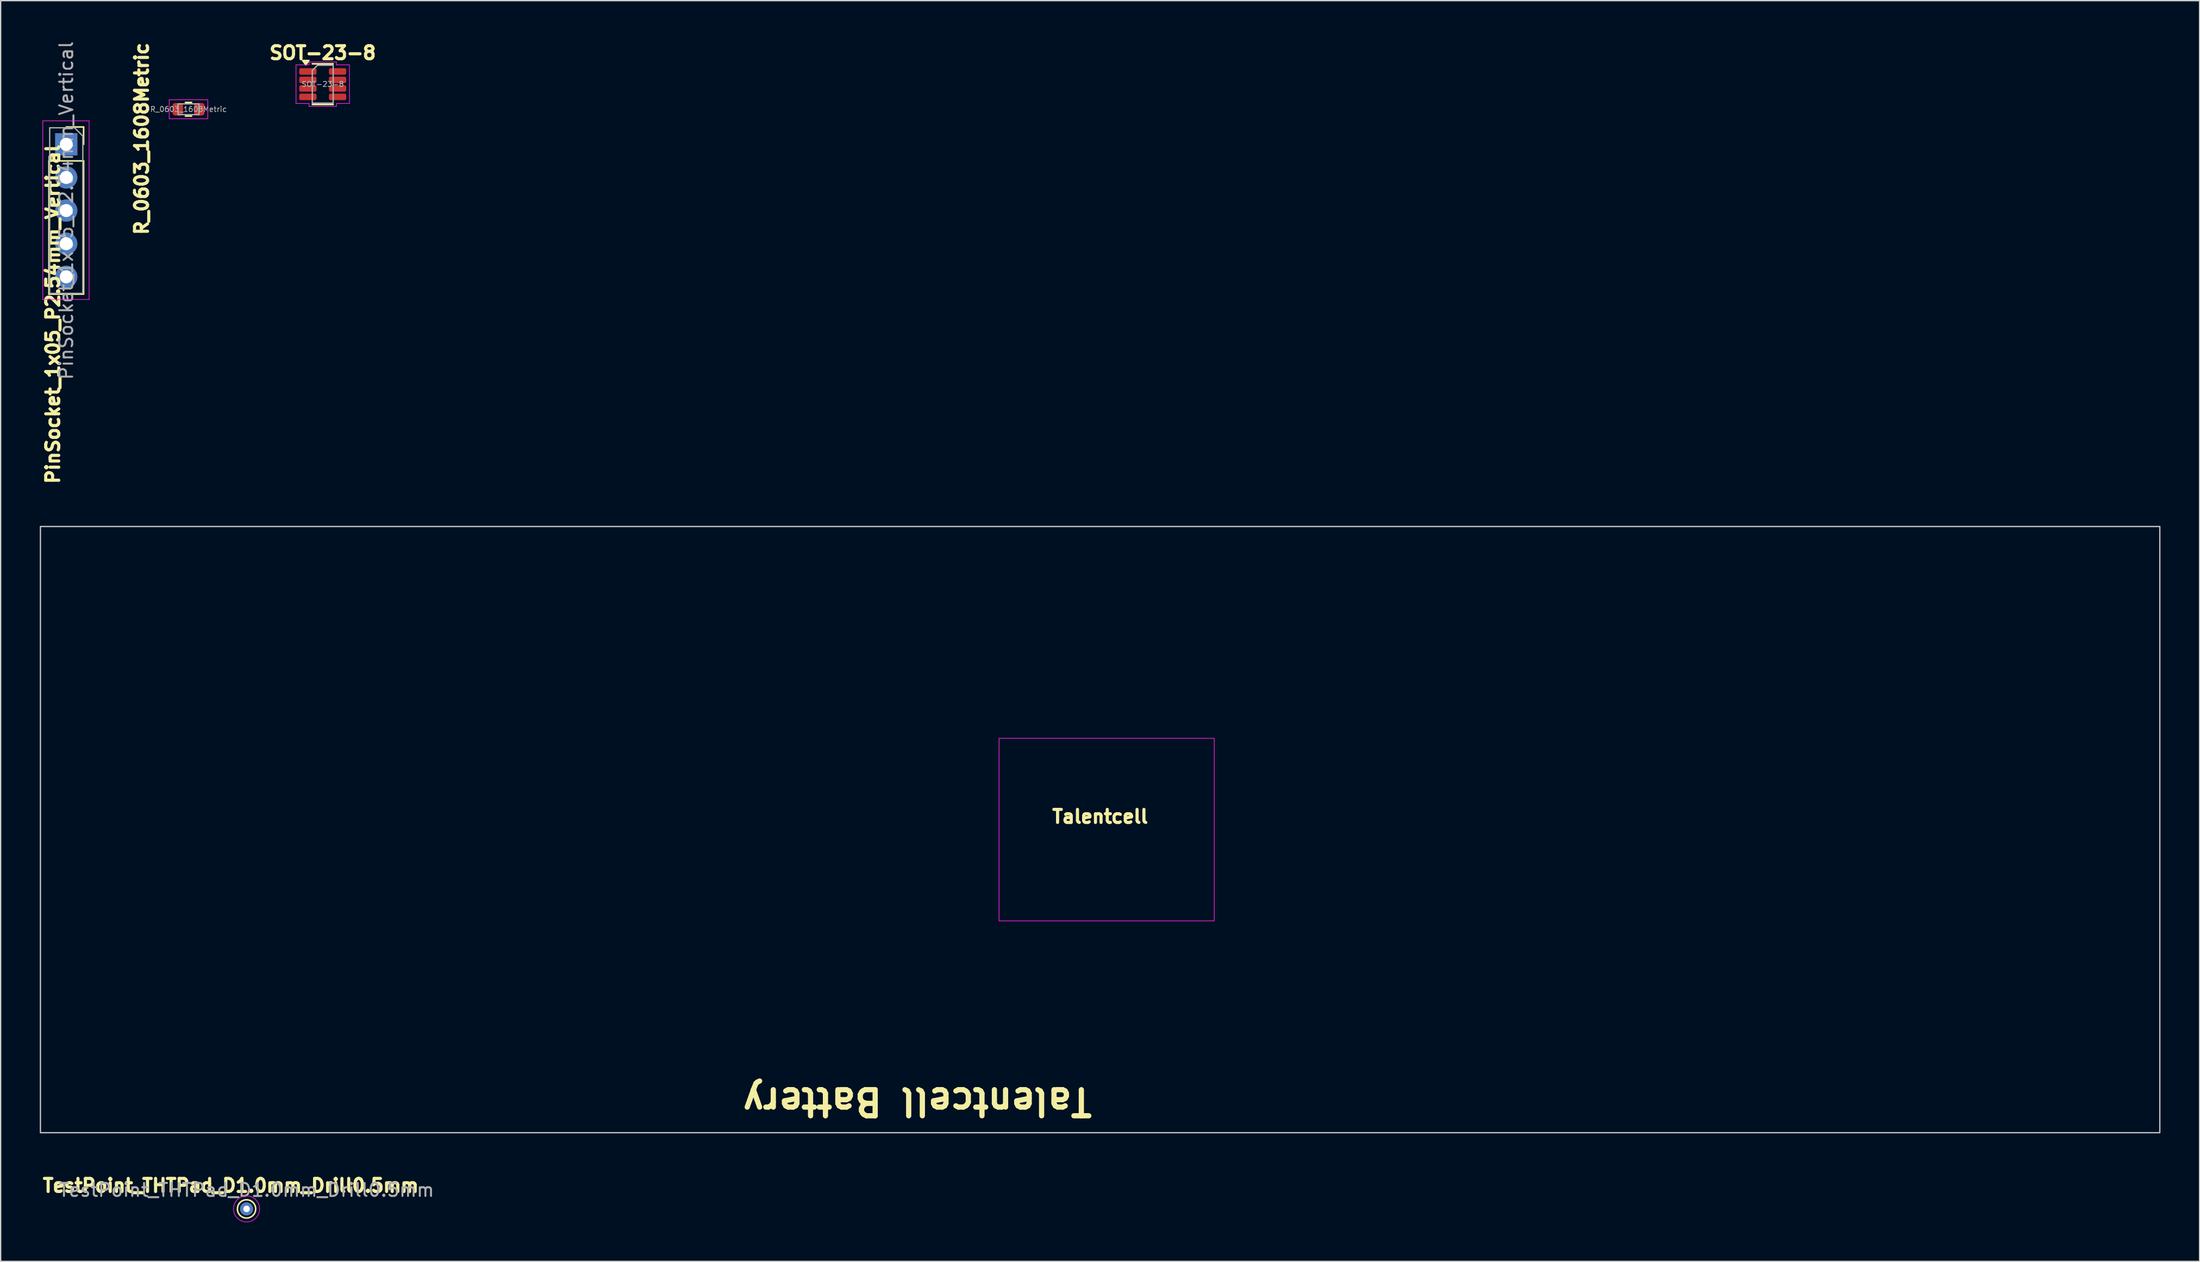
<source format=kicad_pcb>
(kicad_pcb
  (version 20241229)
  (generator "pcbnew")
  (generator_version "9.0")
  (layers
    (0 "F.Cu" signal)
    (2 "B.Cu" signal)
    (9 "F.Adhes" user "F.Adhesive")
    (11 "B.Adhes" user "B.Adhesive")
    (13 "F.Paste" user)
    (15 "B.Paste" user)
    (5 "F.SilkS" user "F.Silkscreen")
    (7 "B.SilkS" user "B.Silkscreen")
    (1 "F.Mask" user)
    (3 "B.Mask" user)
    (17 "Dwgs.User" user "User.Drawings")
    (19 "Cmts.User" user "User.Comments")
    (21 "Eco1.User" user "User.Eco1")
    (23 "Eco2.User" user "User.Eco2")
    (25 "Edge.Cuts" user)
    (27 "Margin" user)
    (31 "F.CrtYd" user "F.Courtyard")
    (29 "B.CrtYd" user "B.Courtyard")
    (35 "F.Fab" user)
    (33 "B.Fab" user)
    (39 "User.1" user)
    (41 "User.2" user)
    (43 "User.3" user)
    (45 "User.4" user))
  (footprint "R_0603_1608Metric"
    (layer "F.Cu")
    (at 11.404 5.33)
    (property "Reference" "R_0603_1608Metric" (at -3.592 2.263 270) (layer "F.SilkS") (effects (font (size 1 1) (thickness 0.24))))
    (attr smd)
    (fp_line (start -0.237 -0.522) (end 0.237 -0.522) (stroke (width 0.12) (type solid)) (layer "F.SilkS"))
    (fp_line (start -0.237 0.522) (end 0.237 0.522) (stroke (width 0.12) (type solid)) (layer "F.SilkS"))
    (fp_line (start -1.48 -0.73) (end 1.48 -0.73) (stroke (width 0.05) (type solid)) (layer "F.CrtYd"))
    (fp_line (start -1.48 0.73) (end -1.48 -0.73) (stroke (width 0.05) (type solid)) (layer "F.CrtYd"))
    (fp_line (start 1.48 -0.73) (end 1.48 0.73) (stroke (width 0.05) (type solid)) (layer "F.CrtYd"))
    (fp_line (start 1.48 0.73) (end -1.48 0.73) (stroke (width 0.05) (type solid)) (layer "F.CrtYd"))
    (fp_line (start -0.8 -0.412) (end 0.8 -0.412) (stroke (width 0.1) (type solid)) (layer "F.Fab"))
    (fp_line (start -0.8 0.412) (end -0.8 -0.412) (stroke (width 0.1) (type solid)) (layer "F.Fab"))
    (fp_line (start 0.8 -0.412) (end 0.8 0.412) (stroke (width 0.1) (type solid)) (layer "F.Fab"))
    (fp_line (start 0.8 0.412) (end -0.8 0.412) (stroke (width 0.1) (type solid)) (layer "F.Fab"))
    (fp_text user "${REFERENCE}" (at 0 0 0) (layer "F.Fab") (effects (font (size 0.4 0.4) (thickness 0.06))))
    (pad "1" smd roundrect (at -0.825 0) (size 0.8 0.95) (layers "F.Cu" "F.Mask" "F.Paste") (roundrect_rratio 0.25))
    (pad "2" smd roundrect (at 0.825 0) (size 0.8 0.95) (layers "F.Cu" "F.Mask" "F.Paste") (roundrect_rratio 0.25)))
  (footprint "SOT-23-8"
    (layer "F.Cu")
    (at 21.695 3.406)
    (property "Reference" "SOT-23-8" (at 0 -2.4 180) (layer "F.SilkS") (effects (font (size 1 1) (thickness 0.24))))
    (attr smd)
    (fp_line (start 0 -1.56) (end -0.8 -1.56) (stroke (width 0.12) (type solid)) (layer "F.SilkS"))
    (fp_line (start 0 -1.56) (end 0.8 -1.56) (stroke (width 0.12) (type solid)) (layer "F.SilkS"))
    (fp_line (start 0 1.56) (end -0.8 1.56) (stroke (width 0.12) (type solid)) (layer "F.SilkS"))
    (fp_line (start 0 1.56) (end 0.8 1.56) (stroke (width 0.12) (type solid)) (layer "F.SilkS"))
    (fp_poly (pts (xy -1.3 -1.485) (xy -1.54 -1.815) (xy -1.06 -1.815)) (stroke (width 0.12) (type solid)) (fill yes) (layer "F.SilkS"))
    (fp_line (start -2.05 -1.48) (end -1.05 -1.48) (stroke (width 0.05) (type solid)) (layer "F.CrtYd"))
    (fp_line (start -2.05 1.48) (end -2.05 -1.48) (stroke (width 0.05) (type solid)) (layer "F.CrtYd"))
    (fp_line (start -1.05 -1.7) (end 1.05 -1.7) (stroke (width 0.05) (type solid)) (layer "F.CrtYd"))
    (fp_line (start -1.05 1.7) (end -1.05 1.48) (stroke (width 0.05) (type solid)) (layer "F.CrtYd"))
    (fp_line (start -1.05 -1.48) (end -1.05 -1.7) (stroke (width 0.05) (type solid)) (layer "F.CrtYd"))
    (fp_line (start -1.05 1.48) (end -2.05 1.48) (stroke (width 0.05) (type solid)) (layer "F.CrtYd"))
    (fp_line (start 1.05 -1.48) (end 2.05 -1.48) (stroke (width 0.05) (type solid)) (layer "F.CrtYd"))
    (fp_line (start 1.05 1.48) (end 1.05 1.7) (stroke (width 0.05) (type solid)) (layer "F.CrtYd"))
    (fp_line (start 1.05 -1.7) (end 1.05 -1.48) (stroke (width 0.05) (type solid)) (layer "F.CrtYd"))
    (fp_line (start 1.05 1.7) (end -1.05 1.7) (stroke (width 0.05) (type solid)) (layer "F.CrtYd"))
    (fp_line (start 2.05 -1.48) (end 2.05 1.48) (stroke (width 0.05) (type solid)) (layer "F.CrtYd"))
    (fp_line (start 2.05 1.48) (end 1.05 1.48) (stroke (width 0.05) (type solid)) (layer "F.CrtYd"))
    (fp_line (start -0.8 -1.05) (end -0.4 -1.45) (stroke (width 0.1) (type solid)) (layer "F.Fab"))
    (fp_line (start -0.8 1.45) (end -0.8 -1.05) (stroke (width 0.1) (type solid)) (layer "F.Fab"))
    (fp_line (start -0.4 -1.45) (end 0.8 -1.45) (stroke (width 0.1) (type solid)) (layer "F.Fab"))
    (fp_line (start 0.8 -1.45) (end 0.8 1.45) (stroke (width 0.1) (type solid)) (layer "F.Fab"))
    (fp_line (start 0.8 1.45) (end -0.8 1.45) (stroke (width 0.1) (type solid)) (layer "F.Fab"))
    (fp_text user "${REFERENCE}" (at 0 0 180) (layer "F.Fab") (effects (font (size 0.4 0.4) (thickness 0.06))))
    (pad "1" smd roundrect (at -1.137 -0.975) (size 1.325 0.5) (layers "F.Cu" "F.Mask" "F.Paste") (roundrect_rratio 0.25))
    (pad "2" smd roundrect (at -1.137 -0.325) (size 1.325 0.5) (layers "F.Cu" "F.Mask" "F.Paste") (roundrect_rratio 0.25))
    (pad "3" smd roundrect (at -1.137 0.325) (size 1.325 0.5) (layers "F.Cu" "F.Mask" "F.Paste") (roundrect_rratio 0.25))
    (pad "4" smd roundrect (at -1.137 0.975) (size 1.325 0.5) (layers "F.Cu" "F.Mask" "F.Paste") (roundrect_rratio 0.25))
    (pad "5" smd roundrect (at 1.137 0.975) (size 1.325 0.5) (layers "F.Cu" "F.Mask" "F.Paste") (roundrect_rratio 0.25))
    (pad "6" smd roundrect (at 1.137 0.325) (size 1.325 0.5) (layers "F.Cu" "F.Mask" "F.Paste") (roundrect_rratio 0.25))
    (pad "7" smd roundrect (at 1.137 -0.325) (size 1.325 0.5) (layers "F.Cu" "F.Mask" "F.Paste") (roundrect_rratio 0.25))
    (pad "8" smd roundrect (at 1.137 -0.975) (size 1.325 0.5) (layers "F.Cu" "F.Mask" "F.Paste") (roundrect_rratio 0.25)))
  (footprint "TestPoint_THTPad_D1.0mm_Drill0.5mm"
    (layer "F.Cu")
    (at 15.854 89.678)
    (property "Reference" "TestPoint_THTPad_D1.0mm_Drill0.5mm" (at -1.213 -1.789 0) (layer "F.SilkS") (effects (font (size 1 1) (thickness 0.24))))
    (attr exclude_from_pos_files exclude_from_bom)
    (fp_circle (center 0 0) (end 0 0.7) (stroke (width 0.12) (type solid)) (fill no) (layer "F.SilkS"))
    (fp_circle (center 0 0) (end 1 0) (stroke (width 0.05) (type solid)) (fill no) (layer "F.CrtYd"))
    (fp_text user "${REFERENCE}" (at 0 -1.45 0) (layer "F.Fab") (effects (font (size 1 1) (thickness 0.15))))
    (pad "1" thru_hole circle (at 0 0) (size 1 1) (drill 0.5) (layers "*.Cu" "*.Mask")))
  (footprint "PinSocket_1x05_P2.54mm_Vertical"
    (layer "F.Cu")
    (at 2.031 8.021)
    (property "Reference" "PinSocket_1x05_P2.54mm_Vertical" (at -1.025 13.025 270) (layer "F.SilkS") (effects (font (size 1 1) (thickness 0.24))))
    (attr through_hole)
    (fp_line (start -1.33 1.27) (end -1.33 11.49) (stroke (width 0.12) (type solid)) (layer "F.SilkS"))
    (fp_line (start -1.33 1.27) (end 1.33 1.27) (stroke (width 0.12) (type solid)) (layer "F.SilkS"))
    (fp_line (start -1.33 11.49) (end 1.33 11.49) (stroke (width 0.12) (type solid)) (layer "F.SilkS"))
    (fp_line (start 0 -1.33) (end 1.33 -1.33) (stroke (width 0.12) (type solid)) (layer "F.SilkS"))
    (fp_line (start 1.33 -1.33) (end 1.33 0) (stroke (width 0.12) (type solid)) (layer "F.SilkS"))
    (fp_line (start 1.33 1.27) (end 1.33 11.49) (stroke (width 0.12) (type solid)) (layer "F.SilkS"))
    (fp_line (start -1.8 -1.8) (end 1.75 -1.8) (stroke (width 0.05) (type solid)) (layer "F.CrtYd"))
    (fp_line (start -1.8 11.9) (end -1.8 -1.8) (stroke (width 0.05) (type solid)) (layer "F.CrtYd"))
    (fp_line (start 1.75 -1.8) (end 1.75 11.9) (stroke (width 0.05) (type solid)) (layer "F.CrtYd"))
    (fp_line (start 1.75 11.9) (end -1.8 11.9) (stroke (width 0.05) (type solid)) (layer "F.CrtYd"))
    (fp_line (start -1.27 -1.27) (end 0.635 -1.27) (stroke (width 0.1) (type solid)) (layer "F.Fab"))
    (fp_line (start -1.27 11.43) (end -1.27 -1.27) (stroke (width 0.1) (type solid)) (layer "F.Fab"))
    (fp_line (start 0.635 -1.27) (end 1.27 -0.635) (stroke (width 0.1) (type solid)) (layer "F.Fab"))
    (fp_line (start 1.27 -0.635) (end 1.27 11.43) (stroke (width 0.1) (type solid)) (layer "F.Fab"))
    (fp_line (start 1.27 11.43) (end -1.27 11.43) (stroke (width 0.1) (type solid)) (layer "F.Fab"))
    (fp_text user "${REFERENCE}" (at 0 5.08 90) (layer "F.Fab") (effects (font (size 1 1) (thickness 0.15))))
    (pad "1" thru_hole rect (at 0 0) (size 1.7 1.7) (drill 1) (layers "*.Cu" "*.Mask"))
    (pad "2" thru_hole circle (at 0 2.54) (size 1.7 1.7) (drill 1) (layers "*.Cu" "*.Mask"))
    (pad "3" thru_hole circle (at 0 5.08) (size 1.7 1.7) (drill 1) (layers "*.Cu" "*.Mask"))
    (pad "4" thru_hole circle (at 0 7.62) (size 1.7 1.7) (drill 1) (layers "*.Cu" "*.Mask"))
    (pad "5" thru_hole circle (at 0 10.16) (size 1.7 1.7) (drill 1) (layers "*.Cu" "*.Mask")))
  (footprint "Talentcell"
    (layer "F.Cu")
    (at 81.3 60.083)
    (property "Reference" "Talentcell" (at 0 -0.5 0) (unlocked yes) (layer "F.SilkS") (effects (font (size 1 1) (thickness 0.24))))
    (attr through_hole exclude_from_pos_files exclude_from_bom dnp)
    (fp_rect (start -81.25 -22.75) (end 81.25 23.75) (stroke (width 0.1) (type solid)) (fill no) (layer "Dwgs.User"))
    (fp_rect (start -7.75 -6.5) (end 8.75 7.5) (stroke (width 0.05) (type default)) (fill no) (layer "F.CrtYd"))
    (fp_text user "Talentcell Battery" (at -0.415 20.185 180) (unlocked yes) (layer "F.SilkS") (effects (font (size 2 2) (thickness 0.4) (bold yes)) (justify left bottom))))
  (gr_rect
    (start -3 -3)
    (end 165.6 93.703)
    (stroke (width 0.1) (type default))
    (fill no)
    (layer "Edge.Cuts")))
</source>
